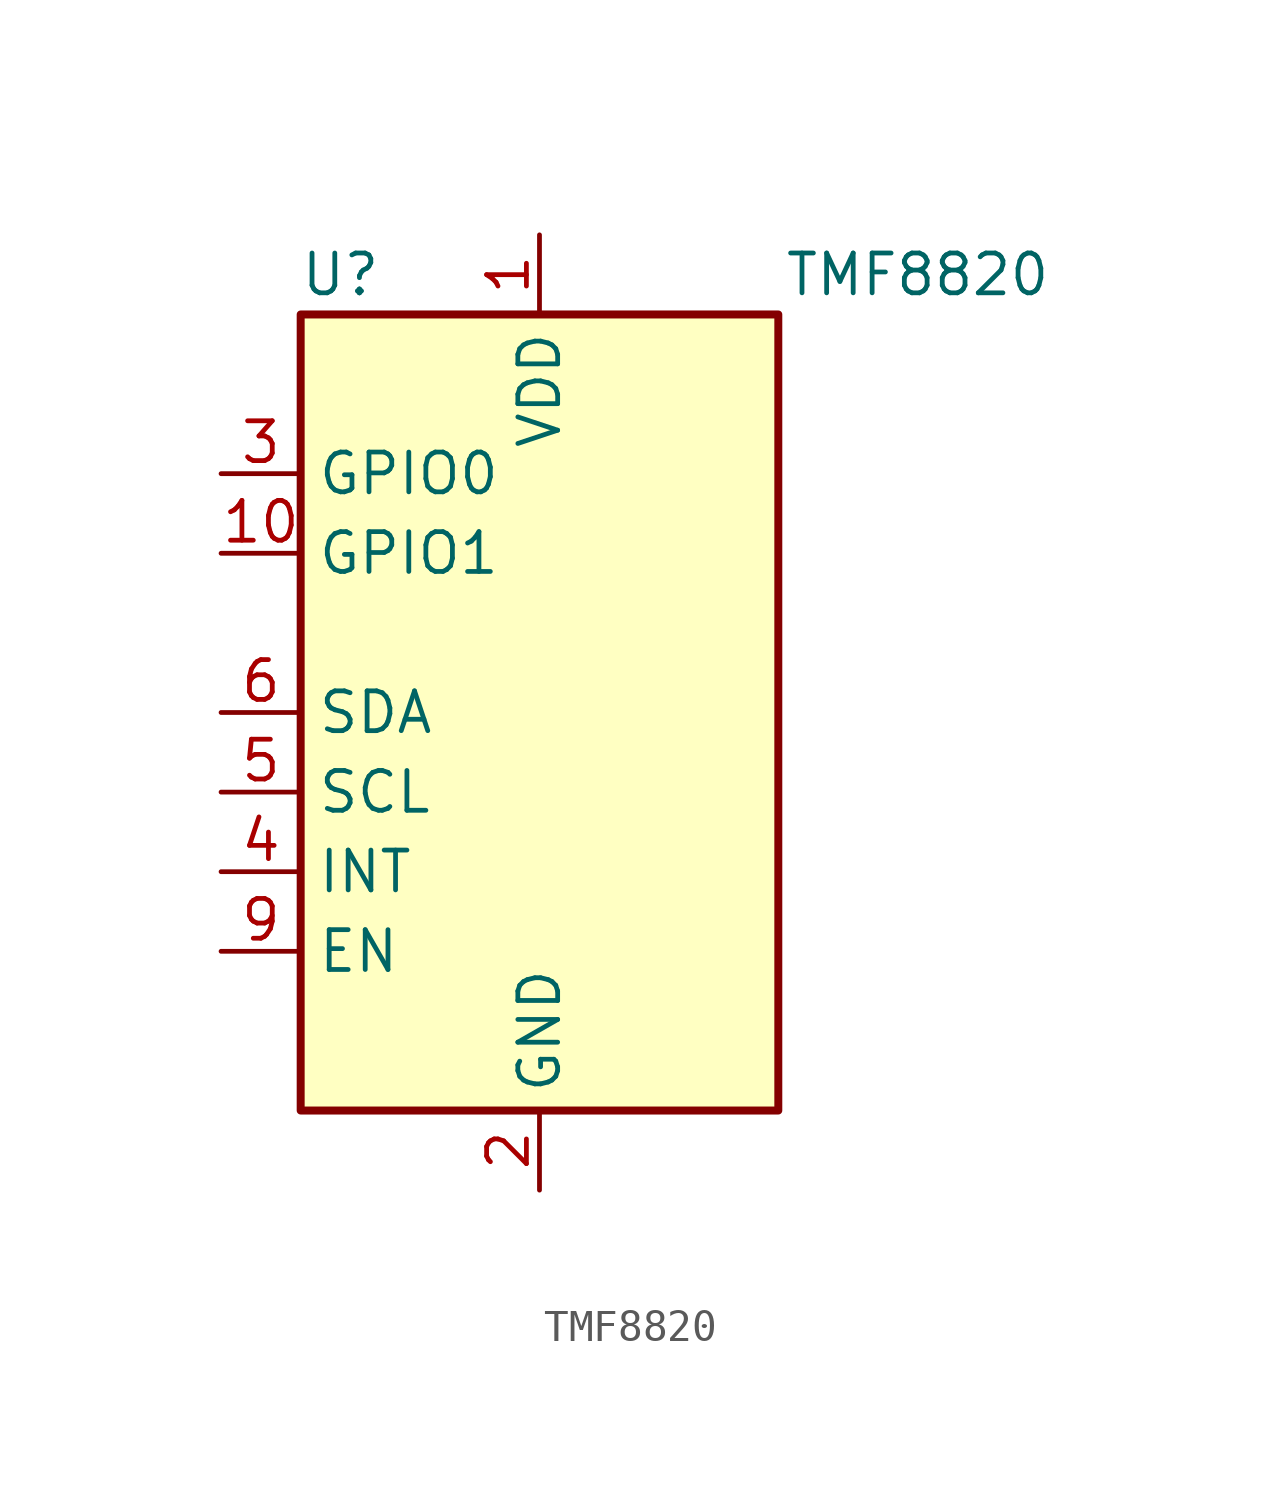
<source format=kicad_sym>
(kicad_symbol_lib
  (version 20241209)
  (generator "kicad_symbol_editor")
  (generator_version "9.0")
  (symbol "TMF8820"
    (property "Reference" "U"
      (at -6.35 13.97 0)
      (effects (font (size 1.27 1.27))))
    (property "Value" "TMF8820"
      (at 12.065 13.97 0)
      (effects (font (size 1.27 1.27))))
    (symbol "TMF8820_0_1"
      (rectangle (start -7.62 12.7) (end 7.62 -12.7) (stroke (width 0.254) (type default)) (fill (type background))))
    (symbol "TMF8820_1_1"
      (pin tri_state line (at -10.16 7.62 0) (length 2.54) (name "GPIO0" (effects (font (size 1.27 1.27)))) (number "3" (effects (font (size 1.27 1.27)))))
      (pin tri_state line (at -10.16 5.08 0) (length 2.54) (name "GPIO1" (effects (font (size 1.27 1.27)))) (number "10" (effects (font (size 1.27 1.27)))))
      (pin bidirectional line (at -10.16 0 0) (length 2.54) (name "SDA" (effects (font (size 1.27 1.27)))) (number "6" (effects (font (size 1.27 1.27)))))
      (pin input line (at -10.16 -2.54 0) (length 2.54) (name "SCL" (effects (font (size 1.27 1.27)))) (number "5" (effects (font (size 1.27 1.27)))))
      (pin open_collector line (at -10.16 -5.08 0) (length 2.54) (name "INT" (effects (font (size 1.27 1.27)))) (number "4" (effects (font (size 1.27 1.27)))))
      (pin input line (at -10.16 -7.62 0) (length 2.54) (name "EN" (effects (font (size 1.27 1.27)))) (number "9" (effects (font (size 1.27 1.27)))))
      (pin power_in line (at 0 15.24 270) (length 2.54) (name "VDD" (effects (font (size 1.27 1.27)))) (number "1" (effects (font (size 1.27 1.27)))))
      (pin passive line (at 0 15.24 270) (length 2.54) (hide yes) (name "VDD" (effects (font (size 1.27 1.27)))) (number "12" (effects (font (size 1.27 1.27)))))
      (pin passive line (at 0 15.24 270) (length 2.54) (hide yes) (name "VDD" (effects (font (size 1.27 1.27)))) (number "7" (effects (font (size 1.27 1.27)))))
      (pin passive line (at 0 -15.24 90) (length 2.54) (hide yes) (name "GND" (effects (font (size 1.27 1.27)))) (number "11" (effects (font (size 1.27 1.27)))))
      (pin power_in line (at 0 -15.24 90) (length 2.54) (name "GND" (effects (font (size 1.27 1.27)))) (number "2" (effects (font (size 1.27 1.27)))))
      (pin passive line (at 0 -15.24 90) (length 2.54) (hide yes) (name "GND" (effects (font (size 1.27 1.27)))) (number "8" (effects (font (size 1.27 1.27))))))))
</source>
